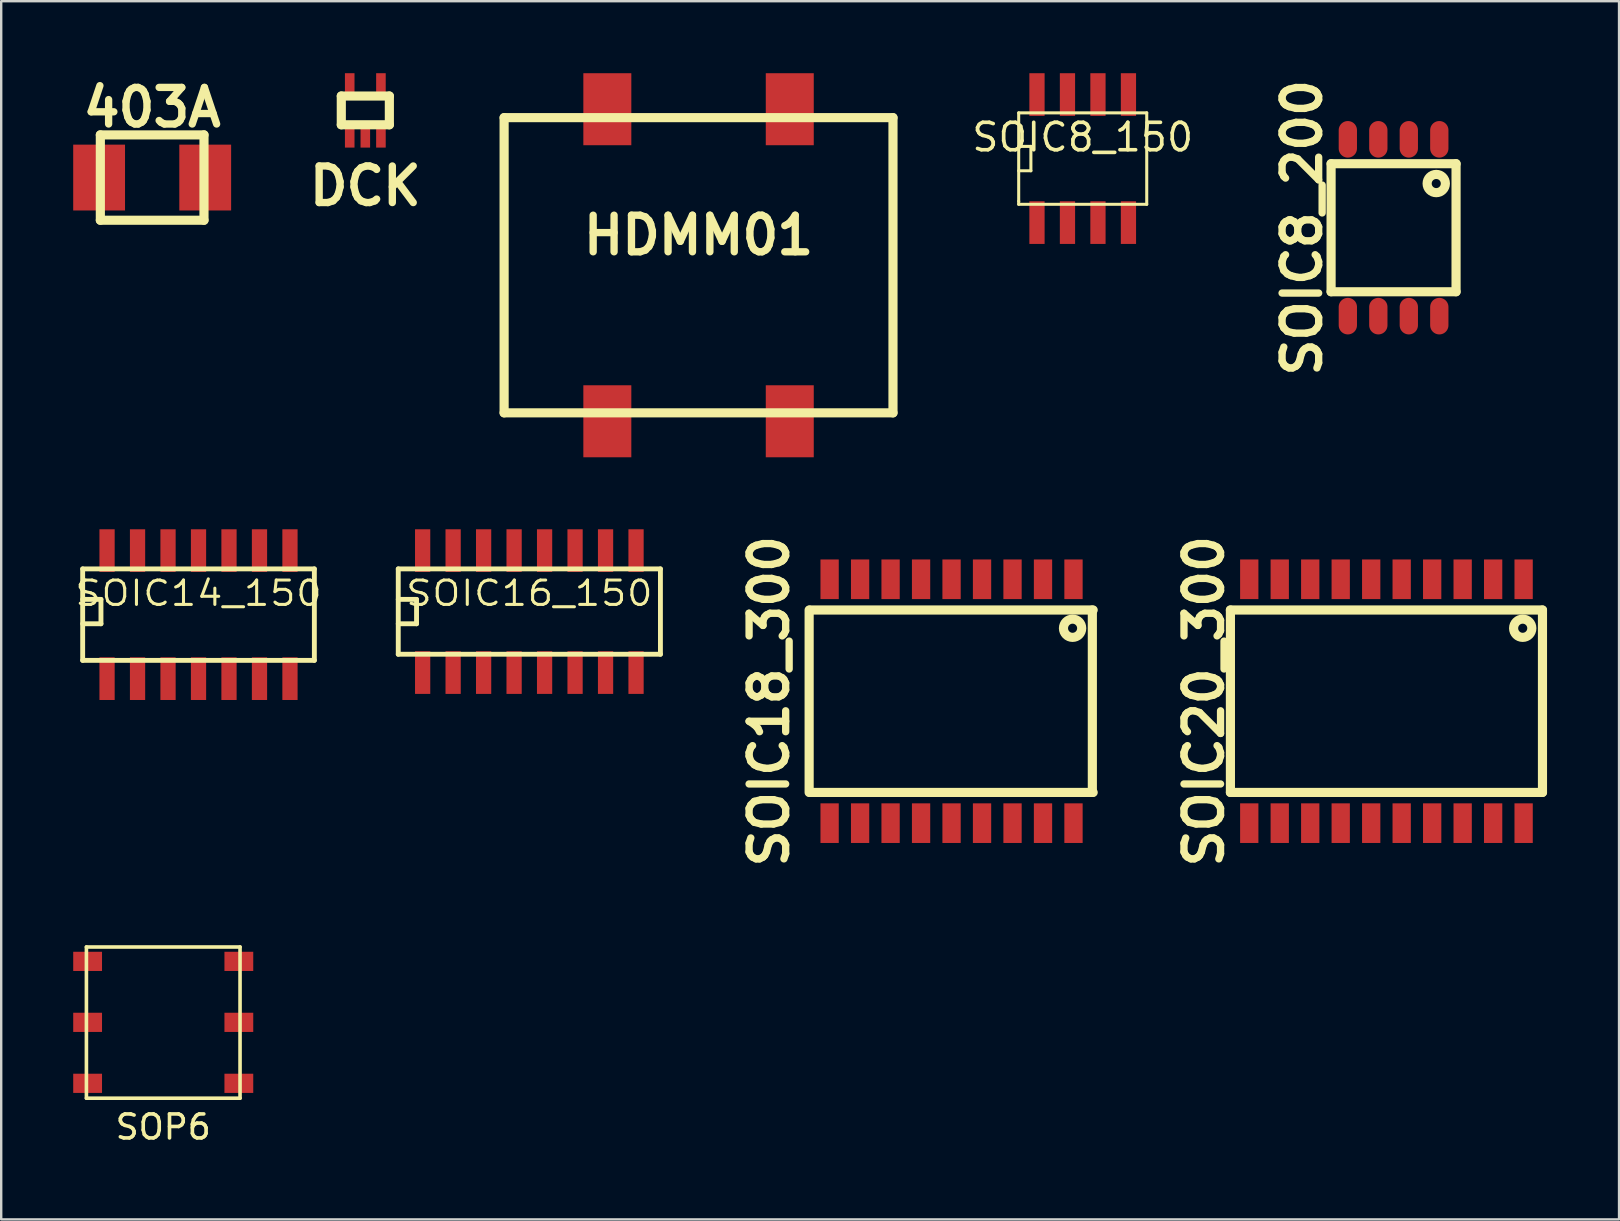
<source format=kicad_pcb>
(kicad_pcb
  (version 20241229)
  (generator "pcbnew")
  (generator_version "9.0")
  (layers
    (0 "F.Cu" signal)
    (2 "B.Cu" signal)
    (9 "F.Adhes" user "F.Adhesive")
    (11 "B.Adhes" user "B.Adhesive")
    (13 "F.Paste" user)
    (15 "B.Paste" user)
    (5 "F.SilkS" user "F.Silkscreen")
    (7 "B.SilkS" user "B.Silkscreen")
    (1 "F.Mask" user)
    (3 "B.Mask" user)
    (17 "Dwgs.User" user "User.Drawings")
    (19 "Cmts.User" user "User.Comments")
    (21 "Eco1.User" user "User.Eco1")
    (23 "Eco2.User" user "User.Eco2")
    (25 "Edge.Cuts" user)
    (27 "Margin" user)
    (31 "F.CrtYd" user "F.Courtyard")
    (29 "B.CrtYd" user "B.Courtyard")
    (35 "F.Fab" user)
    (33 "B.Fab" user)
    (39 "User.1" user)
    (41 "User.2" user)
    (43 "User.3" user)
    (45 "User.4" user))
  (footprint "SOIC14_150"
    (layer "F.Cu")
    (at 5.22 22.428)
    (property "Reference" "SOIC14_150" (at 0 -0.762 0) (layer "F.SilkS") (effects (font (size 1.016 1.143) (thickness 0.127))))
    (attr smd)
    (fp_line (start -4.826 -1.778) (end 4.826 -1.778) (stroke (width 0.203) (type solid)) (layer "F.SilkS"))
    (fp_line (start -4.826 -0.508) (end -4.064 -0.508) (stroke (width 0.203) (type solid)) (layer "F.SilkS"))
    (fp_line (start -4.826 2.032) (end -4.826 -1.778) (stroke (width 0.203) (type solid)) (layer "F.SilkS"))
    (fp_line (start -4.064 -0.508) (end -4.064 0.508) (stroke (width 0.203) (type solid)) (layer "F.SilkS"))
    (fp_line (start -4.064 0.508) (end -4.826 0.508) (stroke (width 0.203) (type solid)) (layer "F.SilkS"))
    (fp_line (start 4.826 -1.778) (end 4.826 2.032) (stroke (width 0.203) (type solid)) (layer "F.SilkS"))
    (fp_line (start 4.826 2.032) (end -4.826 2.032) (stroke (width 0.203) (type solid)) (layer "F.SilkS"))
    (pad "1" smd rect (at -3.81 2.794) (size 0.635 1.778) (layers "F.Cu" "F.Mask" "F.Paste"))
    (pad "2" smd rect (at -2.54 2.794) (size 0.635 1.778) (layers "F.Cu" "F.Mask" "F.Paste"))
    (pad "3" smd rect (at -1.27 2.794) (size 0.635 1.778) (layers "F.Cu" "F.Mask" "F.Paste"))
    (pad "4" smd rect (at 0 2.794) (size 0.635 1.778) (layers "F.Cu" "F.Mask" "F.Paste"))
    (pad "5" smd rect (at 1.27 2.794) (size 0.635 1.778) (layers "F.Cu" "F.Mask" "F.Paste"))
    (pad "6" smd rect (at 2.54 2.794) (size 0.635 1.778) (layers "F.Cu" "F.Mask" "F.Paste"))
    (pad "7" smd rect (at 3.81 2.794) (size 0.635 1.778) (layers "F.Cu" "F.Mask" "F.Paste"))
    (pad "8" smd rect (at 3.81 -2.54) (size 0.635 1.778) (layers "F.Cu" "F.Mask" "F.Paste"))
    (pad "9" smd rect (at 2.54 -2.54) (size 0.635 1.778) (layers "F.Cu" "F.Mask" "F.Paste"))
    (pad "10" smd rect (at 1.27 -2.54) (size 0.635 1.778) (layers "F.Cu" "F.Mask" "F.Paste"))
    (pad "11" smd rect (at 0 -2.54) (size 0.635 1.778) (layers "F.Cu" "F.Mask" "F.Paste"))
    (pad "12" smd rect (at -1.27 -2.54) (size 0.635 1.778) (layers "F.Cu" "F.Mask" "F.Paste"))
    (pad "13" smd rect (at -2.54 -2.54) (size 0.635 1.778) (layers "F.Cu" "F.Mask" "F.Paste"))
    (pad "14" smd rect (at -3.81 -2.54) (size 0.635 1.778) (layers "F.Cu" "F.Mask" "F.Paste")))
  (footprint "SOIC20_300"
    (layer "F.Cu")
    (at 54.708 26.162)
    (property "Reference" "SOIC20_300" (at -7.6 0 90) (layer "F.SilkS") (effects (font (size 1.524 1.524) (thickness 0.305))))
    (attr through_hole)
    (fp_line (start -6.5 -3.8) (end 6.5 -3.8) (stroke (width 0.381) (type solid)) (layer "F.SilkS"))
    (fp_line (start -6.5 3.8) (end -6.5 -3.8) (stroke (width 0.381) (type solid)) (layer "F.SilkS"))
    (fp_line (start 6.5 -3.8) (end 6.5 3.8) (stroke (width 0.381) (type solid)) (layer "F.SilkS"))
    (fp_line (start 6.5 3.8) (end -6.5 3.8) (stroke (width 0.381) (type solid)) (layer "F.SilkS"))
    (fp_circle (center 5.677 -3.04) (end 5.867 -3.04) (stroke (width 0.381) (type solid)) (fill no) (layer "F.SilkS"))
    (pad "1" smd rect (at 5.715 -5.08) (size 0.762 1.651) (layers "F.Cu" "F.Mask" "F.Paste"))
    (pad "2" smd rect (at 4.445 -5.08) (size 0.762 1.651) (layers "F.Cu" "F.Mask" "F.Paste"))
    (pad "3" smd rect (at 3.175 -5.08) (size 0.762 1.651) (layers "F.Cu" "F.Mask" "F.Paste"))
    (pad "4" smd rect (at 1.905 -5.08) (size 0.762 1.651) (layers "F.Cu" "F.Mask" "F.Paste"))
    (pad "5" smd rect (at 0.635 -5.08) (size 0.762 1.651) (layers "F.Cu" "F.Mask" "F.Paste"))
    (pad "6" smd rect (at -0.635 -5.08) (size 0.762 1.651) (layers "F.Cu" "F.Mask" "F.Paste"))
    (pad "7" smd rect (at -1.905 -5.08) (size 0.762 1.651) (layers "F.Cu" "F.Mask" "F.Paste"))
    (pad "8" smd rect (at -3.175 -5.08) (size 0.762 1.651) (layers "F.Cu" "F.Mask" "F.Paste"))
    (pad "9" smd rect (at -4.445 -5.08) (size 0.762 1.651) (layers "F.Cu" "F.Mask" "F.Paste"))
    (pad "10" smd rect (at -5.715 -5.08) (size 0.762 1.651) (layers "F.Cu" "F.Mask" "F.Paste"))
    (pad "11" smd rect (at -5.715 5.08) (size 0.762 1.651) (layers "F.Cu" "F.Mask" "F.Paste"))
    (pad "12" smd rect (at -4.445 5.08) (size 0.762 1.651) (layers "F.Cu" "F.Mask" "F.Paste"))
    (pad "13" smd rect (at -3.175 5.08) (size 0.762 1.651) (layers "F.Cu" "F.Mask" "F.Paste"))
    (pad "14" smd rect (at -1.905 5.08) (size 0.762 1.651) (layers "F.Cu" "F.Mask" "F.Paste"))
    (pad "15" smd rect (at -0.635 5.08) (size 0.762 1.651) (layers "F.Cu" "F.Mask" "F.Paste"))
    (pad "16" smd rect (at 0.635 5.08) (size 0.762 1.651) (layers "F.Cu" "F.Mask" "F.Paste"))
    (pad "17" smd rect (at 1.905 5.08) (size 0.762 1.651) (layers "F.Cu" "F.Mask" "F.Paste"))
    (pad "18" smd rect (at 3.175 5.08) (size 0.762 1.651) (layers "F.Cu" "F.Mask" "F.Paste"))
    (pad "19" smd rect (at 4.445 5.08) (size 0.762 1.651) (layers "F.Cu" "F.Mask" "F.Paste"))
    (pad "20" smd rect (at 5.715 5.08) (size 0.762 1.651) (layers "F.Cu" "F.Mask" "F.Paste")))
  (footprint "HDMM01"
    (layer "F.Cu")
    (at 26.051 8)
    (property "Reference" "HDMM01" (at 0 -1.25 0) (layer "F.SilkS") (effects (font (size 1.524 1.524) (thickness 0.305))))
    (attr through_hole)
    (fp_line (start -8.1 -6.149) (end 8.1 -6.149) (stroke (width 0.381) (type solid)) (layer "F.SilkS"))
    (fp_line (start -8.1 6.149) (end -8.1 -6.149) (stroke (width 0.381) (type solid)) (layer "F.SilkS"))
    (fp_line (start 8.1 -6.149) (end 8.1 6.149) (stroke (width 0.381) (type solid)) (layer "F.SilkS"))
    (fp_line (start 8.1 6.149) (end -8.1 6.149) (stroke (width 0.381) (type solid)) (layer "F.SilkS"))
    (pad "1" smd rect (at -3.8 6.5) (size 1.999 3) (layers "F.Cu" "F.Mask" "F.Paste"))
    (pad "2" smd rect (at 3.8 6.5) (size 1.999 3) (layers "F.Cu" "F.Mask" "F.Paste"))
    (pad "3" smd rect (at -3.8 -6.5) (size 1.999 3) (layers "F.Cu" "F.Mask" "F.Paste"))
    (pad "4" smd rect (at 3.8 -6.5) (size 1.999 3) (layers "F.Cu" "F.Mask" "F.Paste")))
  (footprint "SOIC8_200"
    (layer "F.Cu")
    (at 55.005 6.437)
    (property "Reference" "SOIC8_200" (at -3.81 0 90) (layer "F.SilkS") (effects (font (size 1.524 1.524) (thickness 0.305))))
    (attr through_hole)
    (fp_line (start -2.603 -2.667) (end 2.603 -2.667) (stroke (width 0.381) (type solid)) (layer "F.SilkS"))
    (fp_line (start -2.603 2.667) (end -2.603 -2.667) (stroke (width 0.381) (type solid)) (layer "F.SilkS"))
    (fp_line (start 2.603 -2.667) (end 2.603 2.667) (stroke (width 0.381) (type solid)) (layer "F.SilkS"))
    (fp_line (start 2.603 2.667) (end -2.603 2.667) (stroke (width 0.381) (type solid)) (layer "F.SilkS"))
    (fp_circle (center 1.778 -1.841) (end 1.968 -1.841) (stroke (width 0.381) (type solid)) (fill no) (layer "F.SilkS"))
    (pad "1" smd oval (at 1.905 -3.683) (size 0.762 1.524) (layers "F.Cu" "F.Mask" "F.Paste"))
    (pad "2" smd oval (at 0.635 -3.683) (size 0.762 1.524) (layers "F.Cu" "F.Mask" "F.Paste"))
    (pad "3" smd oval (at -0.635 -3.683) (size 0.762 1.524) (layers "F.Cu" "F.Mask" "F.Paste"))
    (pad "4" smd oval (at -1.905 -3.683) (size 0.762 1.524) (layers "F.Cu" "F.Mask" "F.Paste"))
    (pad "5" smd oval (at -1.905 3.683) (size 0.762 1.524) (layers "F.Cu" "F.Mask" "F.Paste"))
    (pad "6" smd oval (at -0.635 3.683) (size 0.762 1.524) (layers "F.Cu" "F.Mask" "F.Paste"))
    (pad "7" smd oval (at 0.635 3.683) (size 0.762 1.524) (layers "F.Cu" "F.Mask" "F.Paste"))
    (pad "8" smd oval (at 1.905 3.683) (size 0.762 1.524) (layers "F.Cu" "F.Mask" "F.Paste")))
  (footprint "SOIC18_300"
    (layer "F.Cu")
    (at 36.591 26.162)
    (property "Reference" "SOIC18_300" (at -7.6 0 90) (layer "F.SilkS") (effects (font (size 1.524 1.524) (thickness 0.305))))
    (attr through_hole)
    (fp_line (start -5.933 3.8) (end -5.933 -3.8) (stroke (width 0.381) (type solid)) (layer "F.SilkS"))
    (fp_line (start -5.9 -3.8) (end 5.9 -3.8) (stroke (width 0.381) (type solid)) (layer "F.SilkS"))
    (fp_line (start 5.865 -3.8) (end 5.865 3.8) (stroke (width 0.381) (type solid)) (layer "F.SilkS"))
    (fp_line (start 5.9 3.8) (end -5.9 3.8) (stroke (width 0.381) (type solid)) (layer "F.SilkS"))
    (fp_circle (center 5.042 -3.04) (end 5.232 -3.04) (stroke (width 0.381) (type solid)) (fill no) (layer "F.SilkS"))
    (pad "1" smd rect (at 5.08 -5.08) (size 0.762 1.651) (layers "F.Cu" "F.Mask" "F.Paste"))
    (pad "2" smd rect (at 3.81 -5.08) (size 0.762 1.651) (layers "F.Cu" "F.Mask" "F.Paste"))
    (pad "3" smd rect (at 2.54 -5.08) (size 0.762 1.651) (layers "F.Cu" "F.Mask" "F.Paste"))
    (pad "4" smd rect (at 1.27 -5.08) (size 0.762 1.651) (layers "F.Cu" "F.Mask" "F.Paste"))
    (pad "5" smd rect (at 0 -5.08) (size 0.762 1.651) (layers "F.Cu" "F.Mask" "F.Paste"))
    (pad "6" smd rect (at -1.27 -5.08) (size 0.762 1.651) (layers "F.Cu" "F.Mask" "F.Paste"))
    (pad "7" smd rect (at -2.54 -5.08) (size 0.762 1.651) (layers "F.Cu" "F.Mask" "F.Paste"))
    (pad "8" smd rect (at -3.81 -5.08) (size 0.762 1.651) (layers "F.Cu" "F.Mask" "F.Paste"))
    (pad "9" smd rect (at -5.08 -5.08) (size 0.762 1.651) (layers "F.Cu" "F.Mask" "F.Paste"))
    (pad "10" smd rect (at -5.08 5.08) (size 0.762 1.651) (layers "F.Cu" "F.Mask" "F.Paste"))
    (pad "11" smd rect (at -3.81 5.08) (size 0.762 1.651) (layers "F.Cu" "F.Mask" "F.Paste"))
    (pad "12" smd rect (at -2.54 5.08) (size 0.762 1.651) (layers "F.Cu" "F.Mask" "F.Paste"))
    (pad "13" smd rect (at -1.27 5.08) (size 0.762 1.651) (layers "F.Cu" "F.Mask" "F.Paste"))
    (pad "14" smd rect (at 0 5.08) (size 0.762 1.651) (layers "F.Cu" "F.Mask" "F.Paste"))
    (pad "15" smd rect (at 1.27 5.08) (size 0.762 1.651) (layers "F.Cu" "F.Mask" "F.Paste"))
    (pad "16" smd rect (at 2.54 5.08) (size 0.762 1.651) (layers "F.Cu" "F.Mask" "F.Paste"))
    (pad "17" smd rect (at 3.81 5.08) (size 0.762 1.651) (layers "F.Cu" "F.Mask" "F.Paste"))
    (pad "18" smd rect (at 5.08 5.08) (size 0.762 1.651) (layers "F.Cu" "F.Mask" "F.Paste")))
  (footprint "SOIC16_150"
    (layer "F.Cu")
    (at 19.002 22.428)
    (property "Reference" "SOIC16_150" (at 0 -0.762 0) (layer "F.SilkS") (effects (font (size 1.016 1.143) (thickness 0.127))))
    (attr smd)
    (fp_line (start -5.461 -1.778) (end 5.461 -1.778) (stroke (width 0.203) (type solid)) (layer "F.SilkS"))
    (fp_line (start -5.461 -0.508) (end -4.699 -0.508) (stroke (width 0.203) (type solid)) (layer "F.SilkS"))
    (fp_line (start -5.461 1.778) (end -5.461 -1.778) (stroke (width 0.203) (type solid)) (layer "F.SilkS"))
    (fp_line (start -4.699 -0.508) (end -4.699 0.508) (stroke (width 0.203) (type solid)) (layer "F.SilkS"))
    (fp_line (start -4.699 0.508) (end -5.461 0.508) (stroke (width 0.203) (type solid)) (layer "F.SilkS"))
    (fp_line (start 5.461 -1.778) (end 5.461 1.778) (stroke (width 0.203) (type solid)) (layer "F.SilkS"))
    (fp_line (start 5.461 1.778) (end -5.461 1.778) (stroke (width 0.203) (type solid)) (layer "F.SilkS"))
    (pad "1" smd rect (at -4.445 2.54) (size 0.635 1.778) (layers "F.Cu" "F.Mask" "F.Paste"))
    (pad "2" smd rect (at -3.175 2.54) (size 0.635 1.778) (layers "F.Cu" "F.Mask" "F.Paste"))
    (pad "3" smd rect (at -1.905 2.54) (size 0.635 1.778) (layers "F.Cu" "F.Mask" "F.Paste"))
    (pad "4" smd rect (at -0.635 2.54) (size 0.635 1.778) (layers "F.Cu" "F.Mask" "F.Paste"))
    (pad "5" smd rect (at 0.635 2.54) (size 0.635 1.778) (layers "F.Cu" "F.Mask" "F.Paste"))
    (pad "6" smd rect (at 1.905 2.54) (size 0.635 1.778) (layers "F.Cu" "F.Mask" "F.Paste"))
    (pad "7" smd rect (at 3.175 2.54) (size 0.635 1.778) (layers "F.Cu" "F.Mask" "F.Paste"))
    (pad "8" smd rect (at 4.445 2.54) (size 0.635 1.778) (layers "F.Cu" "F.Mask" "F.Paste"))
    (pad "9" smd rect (at 4.445 -2.54) (size 0.635 1.778) (layers "F.Cu" "F.Mask" "F.Paste"))
    (pad "10" smd rect (at 3.175 -2.54) (size 0.635 1.778) (layers "F.Cu" "F.Mask" "F.Paste"))
    (pad "11" smd rect (at 1.905 -2.54) (size 0.635 1.778) (layers "F.Cu" "F.Mask" "F.Paste"))
    (pad "12" smd rect (at 0.635 -2.54) (size 0.635 1.778) (layers "F.Cu" "F.Mask" "F.Paste"))
    (pad "13" smd rect (at -0.635 -2.54) (size 0.635 1.778) (layers "F.Cu" "F.Mask" "F.Paste"))
    (pad "14" smd rect (at -1.905 -2.54) (size 0.635 1.778) (layers "F.Cu" "F.Mask" "F.Paste"))
    (pad "15" smd rect (at -3.175 -2.54) (size 0.635 1.778) (layers "F.Cu" "F.Mask" "F.Paste"))
    (pad "16" smd rect (at -4.445 -2.54) (size 0.635 1.778) (layers "F.Cu" "F.Mask" "F.Paste")))
  (footprint "SOIC8_150"
    (layer "F.Cu")
    (at 42.055 3.556)
    (property "Reference" "SOIC8_150" (at 0 -0.889 0) (layer "F.SilkS") (effects (font (size 1.143 1.143) (thickness 0.152))))
    (attr smd)
    (fp_line (start -2.667 -1.905) (end -2.667 1.778) (stroke (width 0.127) (type solid)) (layer "F.SilkS"))
    (fp_line (start -2.667 -0.508) (end -2.159 -0.508) (stroke (width 0.127) (type solid)) (layer "F.SilkS"))
    (fp_line (start -2.667 1.778) (end -2.667 1.905) (stroke (width 0.127) (type solid)) (layer "F.SilkS"))
    (fp_line (start -2.667 1.905) (end 2.667 1.905) (stroke (width 0.127) (type solid)) (layer "F.SilkS"))
    (fp_line (start -2.159 -0.508) (end -2.159 0.508) (stroke (width 0.127) (type solid)) (layer "F.SilkS"))
    (fp_line (start -2.159 0.508) (end -2.667 0.508) (stroke (width 0.127) (type solid)) (layer "F.SilkS"))
    (fp_line (start 2.667 -1.905) (end -2.667 -1.905) (stroke (width 0.127) (type solid)) (layer "F.SilkS"))
    (fp_line (start 2.667 -1.905) (end 2.667 1.905) (stroke (width 0.127) (type solid)) (layer "F.SilkS"))
    (pad "1" smd rect (at -1.905 2.667) (size 0.635 1.778) (layers "F.Cu" "F.Mask" "F.Paste"))
    (pad "2" smd rect (at -0.635 2.667) (size 0.635 1.778) (layers "F.Cu" "F.Mask" "F.Paste"))
    (pad "3" smd rect (at 0.635 2.667) (size 0.635 1.778) (layers "F.Cu" "F.Mask" "F.Paste"))
    (pad "4" smd rect (at 1.905 2.667) (size 0.635 1.778) (layers "F.Cu" "F.Mask" "F.Paste"))
    (pad "5" smd rect (at 1.905 -2.667) (size 0.635 1.778) (layers "F.Cu" "F.Mask" "F.Paste"))
    (pad "6" smd rect (at 0.635 -2.667) (size 0.635 1.778) (layers "F.Cu" "F.Mask" "F.Paste"))
    (pad "7" smd rect (at -0.635 -2.667) (size 0.635 1.778) (layers "F.Cu" "F.Mask" "F.Paste"))
    (pad "8" smd rect (at -1.905 -2.667) (size 0.635 1.778) (layers "F.Cu" "F.Mask" "F.Paste")))
  (footprint "DCK"
    (layer "F.Cu")
    (at 12.169 1.549)
    (property "Reference" "DCK" (at 0 3.15 0) (layer "F.SilkS") (effects (font (size 1.524 1.524) (thickness 0.305))))
    (attr through_hole)
    (fp_line (start -1.001 -0.599) (end 1.001 -0.599) (stroke (width 0.381) (type solid)) (layer "F.SilkS"))
    (fp_line (start -1.001 0.599) (end -1.001 -0.599) (stroke (width 0.381) (type solid)) (layer "F.SilkS"))
    (fp_line (start 1.001 -0.599) (end 1.001 0.599) (stroke (width 0.381) (type solid)) (layer "F.SilkS"))
    (fp_line (start 1.001 0.599) (end -1.001 0.599) (stroke (width 0.381) (type solid)) (layer "F.SilkS"))
    (pad "1" smd rect (at -0.65 1.1) (size 0.399 0.899) (layers "F.Cu" "F.Mask" "F.Paste"))
    (pad "2" smd rect (at 0 1.1) (size 0.399 0.899) (layers "F.Cu" "F.Mask" "F.Paste"))
    (pad "3" smd rect (at 0.65 1.1) (size 0.399 0.899) (layers "F.Cu" "F.Mask" "F.Paste"))
    (pad "4" smd rect (at 0.65 -1.1) (size 0.399 0.899) (layers "F.Cu" "F.Mask" "F.Paste"))
    (pad "5" smd rect (at -0.65 -1.1) (size 0.399 0.899) (layers "F.Cu" "F.Mask" "F.Paste")))
  (footprint "SOP6"
    (layer "F.Cu")
    (at 3.75 37)
    (property "Reference" "SOP6" (at 0 6.9 0) (layer "F.SilkS") (effects (font (size 1 1) (thickness 0.15))))
    (attr through_hole)
    (fp_line (start -3.2 -0.6) (end 3.2 -0.6) (stroke (width 0.15) (type solid)) (layer "F.SilkS"))
    (fp_line (start -3.2 5.7) (end -3.2 -0.6) (stroke (width 0.15) (type solid)) (layer "F.SilkS"))
    (fp_line (start 3.2 -0.6) (end 3.2 5.7) (stroke (width 0.15) (type solid)) (layer "F.SilkS"))
    (fp_line (start 3.2 5.7) (end -3.2 5.7) (stroke (width 0.15) (type solid)) (layer "F.SilkS"))
    (pad "1" smd rect (at -3.15 0) (size 1.2 0.8) (layers "F.Cu" "F.Mask" "F.Paste"))
    (pad "2" smd rect (at -3.15 2.54) (size 1.2 0.8) (layers "F.Cu" "F.Mask" "F.Paste"))
    (pad "3" smd rect (at -3.15 5.08) (size 1.2 0.8) (layers "F.Cu" "F.Mask" "F.Paste"))
    (pad "4" smd rect (at 3.15 5.08) (size 1.2 0.8) (layers "F.Cu" "F.Mask" "F.Paste"))
    (pad "5" smd rect (at 3.15 2.54) (size 1.2 0.8) (layers "F.Cu" "F.Mask" "F.Paste"))
    (pad "6" smd rect (at 3.15 0) (size 1.2 0.8) (layers "F.Cu" "F.Mask" "F.Paste")))
  (footprint "403A"
    (layer "F.Cu")
    (at 3.289 4.347)
    (property "Reference" "403A" (at 0 -2.921 0) (layer "F.SilkS") (effects (font (size 1.524 1.524) (thickness 0.305))))
    (attr through_hole)
    (fp_line (start -2.159 -1.778) (end 2.159 -1.778) (stroke (width 0.381) (type solid)) (layer "F.SilkS"))
    (fp_line (start -2.159 1.778) (end -2.159 -1.778) (stroke (width 0.381) (type solid)) (layer "F.SilkS"))
    (fp_line (start 2.159 -1.778) (end 2.159 1.778) (stroke (width 0.381) (type solid)) (layer "F.SilkS"))
    (fp_line (start 2.159 1.778) (end -2.159 1.778) (stroke (width 0.381) (type solid)) (layer "F.SilkS"))
    (pad "1" smd rect (at -2.21 0) (size 2.159 2.743) (layers "F.Cu" "F.Mask" "F.Paste"))
    (pad "2" smd rect (at 2.21 0) (size 2.159 2.743) (layers "F.Cu" "F.Mask" "F.Paste")))
  (gr_rect
    (start -3 -3)
    (end 64.398 47.748)
    (stroke (width 0.1) (type default))
    (fill no)
    (layer "Edge.Cuts")))
</source>
